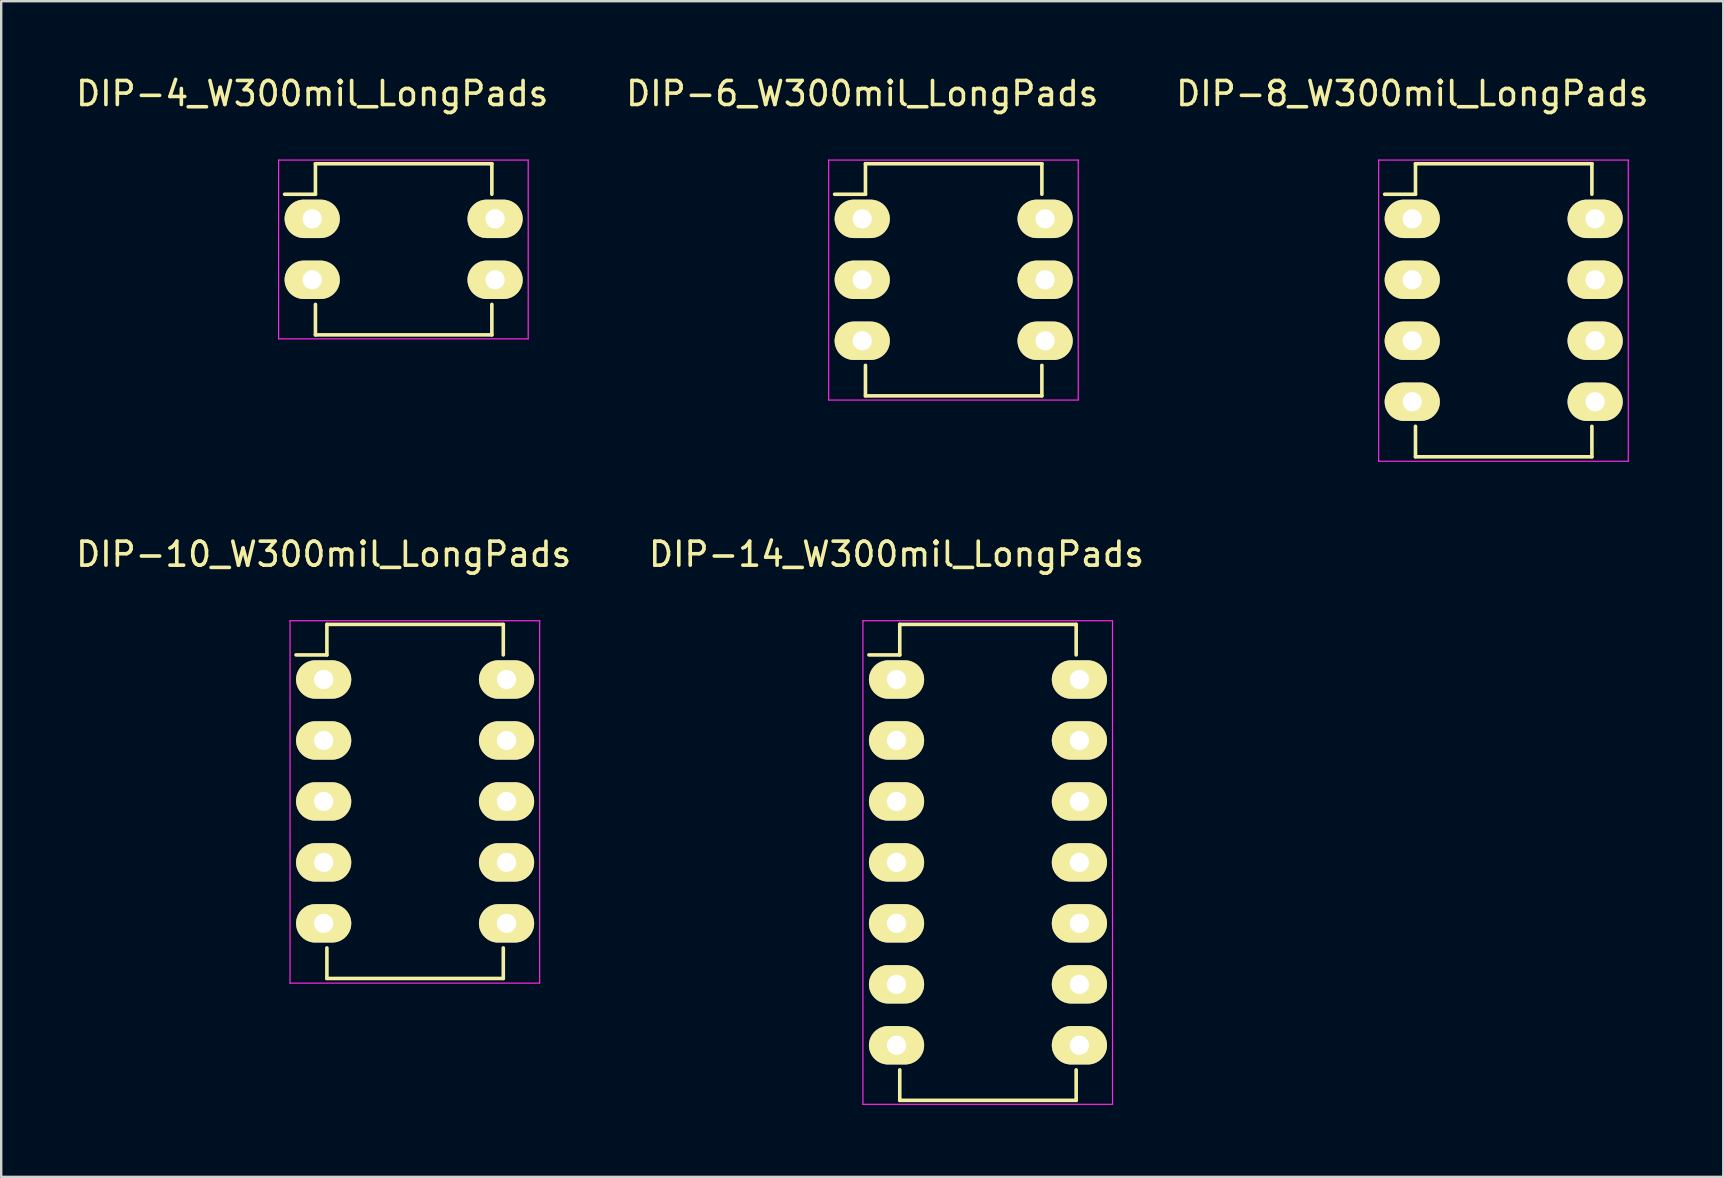
<source format=kicad_pcb>
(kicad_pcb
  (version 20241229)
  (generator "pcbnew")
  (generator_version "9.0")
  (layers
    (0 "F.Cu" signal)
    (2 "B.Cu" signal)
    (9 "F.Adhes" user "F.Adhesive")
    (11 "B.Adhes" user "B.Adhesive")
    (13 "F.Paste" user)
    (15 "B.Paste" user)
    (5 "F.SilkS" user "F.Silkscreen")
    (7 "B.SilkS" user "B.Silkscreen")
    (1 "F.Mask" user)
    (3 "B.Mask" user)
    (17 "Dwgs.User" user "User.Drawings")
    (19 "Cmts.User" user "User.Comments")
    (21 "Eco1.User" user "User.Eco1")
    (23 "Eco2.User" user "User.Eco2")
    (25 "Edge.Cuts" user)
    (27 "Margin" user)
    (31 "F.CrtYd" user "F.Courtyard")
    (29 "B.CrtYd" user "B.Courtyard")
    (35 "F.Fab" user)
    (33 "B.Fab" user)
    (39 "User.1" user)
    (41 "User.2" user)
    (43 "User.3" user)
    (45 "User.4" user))
  (footprint "DIP-14_W300mil_LongPads"
    (layer "F.Cu")
    (at 34.304 25.262)
    (property "Reference" "DIP-14_W300mil_LongPads" (at 0 -5.22 0) (layer "F.SilkS") (effects (font (size 1 1) (thickness 0.15))))
    (attr through_hole)
    (fp_line (start 0.135 -2.295) (end 0.135 -1.025) (stroke (width 0.15) (type solid)) (layer "F.SilkS"))
    (fp_line (start 0.135 -2.295) (end 7.485 -2.295) (stroke (width 0.15) (type solid)) (layer "F.SilkS"))
    (fp_line (start 0.135 -1.025) (end -1.15 -1.025) (stroke (width 0.15) (type solid)) (layer "F.SilkS"))
    (fp_line (start 0.135 17.535) (end 0.135 16.265) (stroke (width 0.15) (type solid)) (layer "F.SilkS"))
    (fp_line (start 0.135 17.535) (end 7.485 17.535) (stroke (width 0.15) (type solid)) (layer "F.SilkS"))
    (fp_line (start 7.485 -2.295) (end 7.485 -1.025) (stroke (width 0.15) (type solid)) (layer "F.SilkS"))
    (fp_line (start 7.485 17.535) (end 7.485 16.265) (stroke (width 0.15) (type solid)) (layer "F.SilkS"))
    (fp_line (start -1.4 -2.45) (end -1.4 17.7) (stroke (width 0.05) (type solid)) (layer "F.CrtYd"))
    (fp_line (start -1.4 -2.45) (end 9 -2.45) (stroke (width 0.05) (type solid)) (layer "F.CrtYd"))
    (fp_line (start -1.4 17.7) (end 9 17.7) (stroke (width 0.05) (type solid)) (layer "F.CrtYd"))
    (fp_line (start 9 -2.45) (end 9 17.7) (stroke (width 0.05) (type solid)) (layer "F.CrtYd"))
    (pad "1" thru_hole oval (at 0 0) (size 2.3 1.6) (drill 0.8) (layers "*.Cu" "*.Mask" "F.SilkS"))
    (pad "2" thru_hole oval (at 0 2.54) (size 2.3 1.6) (drill 0.8) (layers "*.Cu" "*.Mask" "F.SilkS"))
    (pad "3" thru_hole oval (at 0 5.08) (size 2.3 1.6) (drill 0.8) (layers "*.Cu" "*.Mask" "F.SilkS"))
    (pad "4" thru_hole oval (at 0 7.62) (size 2.3 1.6) (drill 0.8) (layers "*.Cu" "*.Mask" "F.SilkS"))
    (pad "5" thru_hole oval (at 0 10.16) (size 2.3 1.6) (drill 0.8) (layers "*.Cu" "*.Mask" "F.SilkS"))
    (pad "6" thru_hole oval (at 0 12.7) (size 2.3 1.6) (drill 0.8) (layers "*.Cu" "*.Mask" "F.SilkS"))
    (pad "7" thru_hole oval (at 0 15.24) (size 2.3 1.6) (drill 0.8) (layers "*.Cu" "*.Mask" "F.SilkS"))
    (pad "8" thru_hole oval (at 7.62 15.24) (size 2.3 1.6) (drill 0.8) (layers "*.Cu" "*.Mask" "F.SilkS"))
    (pad "9" thru_hole oval (at 7.62 12.7) (size 2.3 1.6) (drill 0.8) (layers "*.Cu" "*.Mask" "F.SilkS"))
    (pad "10" thru_hole oval (at 7.62 10.16) (size 2.3 1.6) (drill 0.8) (layers "*.Cu" "*.Mask" "F.SilkS"))
    (pad "11" thru_hole oval (at 7.62 7.62) (size 2.3 1.6) (drill 0.8) (layers "*.Cu" "*.Mask" "F.SilkS"))
    (pad "12" thru_hole oval (at 7.62 5.08) (size 2.3 1.6) (drill 0.8) (layers "*.Cu" "*.Mask" "F.SilkS"))
    (pad "13" thru_hole oval (at 7.62 2.54) (size 2.3 1.6) (drill 0.8) (layers "*.Cu" "*.Mask" "F.SilkS"))
    (pad "14" thru_hole oval (at 7.62 0) (size 2.3 1.6) (drill 0.8) (layers "*.Cu" "*.Mask" "F.SilkS")))
  (footprint "DIP-6_W300mil_LongPads"
    (layer "F.Cu")
    (at 32.875 6.068)
    (property "Reference" "DIP-6_W300mil_LongPads" (at 0 -5.22 0) (layer "F.SilkS") (effects (font (size 1 1) (thickness 0.15))))
    (attr through_hole)
    (fp_line (start 0.135 -2.295) (end 0.135 -1.025) (stroke (width 0.15) (type solid)) (layer "F.SilkS"))
    (fp_line (start 0.135 -2.295) (end 7.485 -2.295) (stroke (width 0.15) (type solid)) (layer "F.SilkS"))
    (fp_line (start 0.135 -1.025) (end -1.15 -1.025) (stroke (width 0.15) (type solid)) (layer "F.SilkS"))
    (fp_line (start 0.135 7.375) (end 0.135 6.105) (stroke (width 0.15) (type solid)) (layer "F.SilkS"))
    (fp_line (start 0.135 7.375) (end 7.485 7.375) (stroke (width 0.15) (type solid)) (layer "F.SilkS"))
    (fp_line (start 7.485 -2.295) (end 7.485 -1.025) (stroke (width 0.15) (type solid)) (layer "F.SilkS"))
    (fp_line (start 7.485 7.375) (end 7.485 6.105) (stroke (width 0.15) (type solid)) (layer "F.SilkS"))
    (fp_line (start -1.4 -2.45) (end -1.4 7.55) (stroke (width 0.05) (type solid)) (layer "F.CrtYd"))
    (fp_line (start -1.4 -2.45) (end 9 -2.45) (stroke (width 0.05) (type solid)) (layer "F.CrtYd"))
    (fp_line (start -1.4 7.55) (end 9 7.55) (stroke (width 0.05) (type solid)) (layer "F.CrtYd"))
    (fp_line (start 9 -2.45) (end 9 7.55) (stroke (width 0.05) (type solid)) (layer "F.CrtYd"))
    (pad "1" thru_hole oval (at 0 0) (size 2.3 1.6) (drill 0.8) (layers "*.Cu" "*.Mask" "F.SilkS"))
    (pad "2" thru_hole oval (at 0 2.54) (size 2.3 1.6) (drill 0.8) (layers "*.Cu" "*.Mask" "F.SilkS"))
    (pad "3" thru_hole oval (at 0 5.08) (size 2.3 1.6) (drill 0.8) (layers "*.Cu" "*.Mask" "F.SilkS"))
    (pad "4" thru_hole oval (at 7.62 5.08) (size 2.3 1.6) (drill 0.8) (layers "*.Cu" "*.Mask" "F.SilkS"))
    (pad "5" thru_hole oval (at 7.62 2.54) (size 2.3 1.6) (drill 0.8) (layers "*.Cu" "*.Mask" "F.SilkS"))
    (pad "6" thru_hole oval (at 7.62 0) (size 2.3 1.6) (drill 0.8) (layers "*.Cu" "*.Mask" "F.SilkS")))
  (footprint "DIP-10_W300mil_LongPads"
    (layer "F.Cu")
    (at 10.435 25.262)
    (property "Reference" "DIP-10_W300mil_LongPads" (at 0 -5.22 0) (layer "F.SilkS") (effects (font (size 1 1) (thickness 0.15))))
    (attr through_hole)
    (fp_line (start 0.135 -2.295) (end 0.135 -1.025) (stroke (width 0.15) (type solid)) (layer "F.SilkS"))
    (fp_line (start 0.135 -2.295) (end 7.485 -2.295) (stroke (width 0.15) (type solid)) (layer "F.SilkS"))
    (fp_line (start 0.135 -1.025) (end -1.15 -1.025) (stroke (width 0.15) (type solid)) (layer "F.SilkS"))
    (fp_line (start 0.135 12.455) (end 0.135 11.185) (stroke (width 0.15) (type solid)) (layer "F.SilkS"))
    (fp_line (start 0.135 12.455) (end 7.485 12.455) (stroke (width 0.15) (type solid)) (layer "F.SilkS"))
    (fp_line (start 7.485 -2.295) (end 7.485 -1.025) (stroke (width 0.15) (type solid)) (layer "F.SilkS"))
    (fp_line (start 7.485 12.455) (end 7.485 11.185) (stroke (width 0.15) (type solid)) (layer "F.SilkS"))
    (fp_line (start -1.4 -2.45) (end -1.4 12.65) (stroke (width 0.05) (type solid)) (layer "F.CrtYd"))
    (fp_line (start -1.4 -2.45) (end 9 -2.45) (stroke (width 0.05) (type solid)) (layer "F.CrtYd"))
    (fp_line (start -1.4 12.65) (end 9 12.65) (stroke (width 0.05) (type solid)) (layer "F.CrtYd"))
    (fp_line (start 9 -2.45) (end 9 12.65) (stroke (width 0.05) (type solid)) (layer "F.CrtYd"))
    (pad "1" thru_hole oval (at 0 0) (size 2.3 1.6) (drill 0.8) (layers "*.Cu" "*.Mask" "F.SilkS"))
    (pad "2" thru_hole oval (at 0 2.54) (size 2.3 1.6) (drill 0.8) (layers "*.Cu" "*.Mask" "F.SilkS"))
    (pad "3" thru_hole oval (at 0 5.08) (size 2.3 1.6) (drill 0.8) (layers "*.Cu" "*.Mask" "F.SilkS"))
    (pad "4" thru_hole oval (at 0 7.62) (size 2.3 1.6) (drill 0.8) (layers "*.Cu" "*.Mask" "F.SilkS"))
    (pad "5" thru_hole oval (at 0 10.16) (size 2.3 1.6) (drill 0.8) (layers "*.Cu" "*.Mask" "F.SilkS"))
    (pad "6" thru_hole oval (at 7.62 10.16) (size 2.3 1.6) (drill 0.8) (layers "*.Cu" "*.Mask" "F.SilkS"))
    (pad "7" thru_hole oval (at 7.62 7.62) (size 2.3 1.6) (drill 0.8) (layers "*.Cu" "*.Mask" "F.SilkS"))
    (pad "8" thru_hole oval (at 7.62 5.08) (size 2.3 1.6) (drill 0.8) (layers "*.Cu" "*.Mask" "F.SilkS"))
    (pad "9" thru_hole oval (at 7.62 2.54) (size 2.3 1.6) (drill 0.8) (layers "*.Cu" "*.Mask" "F.SilkS"))
    (pad "10" thru_hole oval (at 7.62 0) (size 2.3 1.6) (drill 0.8) (layers "*.Cu" "*.Mask" "F.SilkS")))
  (footprint "DIP-4_W300mil_LongPads"
    (layer "F.Cu")
    (at 9.958 6.068)
    (property "Reference" "DIP-4_W300mil_LongPads" (at 0 -5.22 0) (layer "F.SilkS") (effects (font (size 1 1) (thickness 0.15))))
    (attr through_hole)
    (fp_line (start 0.135 -2.295) (end 0.135 -1.025) (stroke (width 0.15) (type solid)) (layer "F.SilkS"))
    (fp_line (start 0.135 -2.295) (end 7.485 -2.295) (stroke (width 0.15) (type solid)) (layer "F.SilkS"))
    (fp_line (start 0.135 -1.025) (end -1.15 -1.025) (stroke (width 0.15) (type solid)) (layer "F.SilkS"))
    (fp_line (start 0.135 4.835) (end 0.135 3.565) (stroke (width 0.15) (type solid)) (layer "F.SilkS"))
    (fp_line (start 0.135 4.835) (end 7.485 4.835) (stroke (width 0.15) (type solid)) (layer "F.SilkS"))
    (fp_line (start 7.485 -2.295) (end 7.485 -1.025) (stroke (width 0.15) (type solid)) (layer "F.SilkS"))
    (fp_line (start 7.485 4.835) (end 7.485 3.565) (stroke (width 0.15) (type solid)) (layer "F.SilkS"))
    (fp_line (start -1.4 -2.45) (end -1.4 5) (stroke (width 0.05) (type solid)) (layer "F.CrtYd"))
    (fp_line (start -1.4 -2.45) (end 9 -2.45) (stroke (width 0.05) (type solid)) (layer "F.CrtYd"))
    (fp_line (start -1.4 5) (end 9 5) (stroke (width 0.05) (type solid)) (layer "F.CrtYd"))
    (fp_line (start 9 -2.45) (end 9 5) (stroke (width 0.05) (type solid)) (layer "F.CrtYd"))
    (pad "1" thru_hole oval (at 0 0) (size 2.3 1.6) (drill 0.8) (layers "*.Cu" "*.Mask" "F.SilkS"))
    (pad "2" thru_hole oval (at 0 2.54) (size 2.3 1.6) (drill 0.8) (layers "*.Cu" "*.Mask" "F.SilkS"))
    (pad "3" thru_hole oval (at 7.62 2.54) (size 2.3 1.6) (drill 0.8) (layers "*.Cu" "*.Mask" "F.SilkS"))
    (pad "4" thru_hole oval (at 7.62 0) (size 2.3 1.6) (drill 0.8) (layers "*.Cu" "*.Mask" "F.SilkS")))
  (footprint "DIP-8_W300mil_LongPads"
    (layer "F.Cu")
    (at 55.792 6.068)
    (property "Reference" "DIP-8_W300mil_LongPads" (at 0 -5.22 0) (layer "F.SilkS") (effects (font (size 1 1) (thickness 0.15))))
    (attr through_hole)
    (fp_line (start 0.135 -2.295) (end 0.135 -1.025) (stroke (width 0.15) (type solid)) (layer "F.SilkS"))
    (fp_line (start 0.135 -2.295) (end 7.485 -2.295) (stroke (width 0.15) (type solid)) (layer "F.SilkS"))
    (fp_line (start 0.135 -1.025) (end -1.15 -1.025) (stroke (width 0.15) (type solid)) (layer "F.SilkS"))
    (fp_line (start 0.135 9.915) (end 0.135 8.645) (stroke (width 0.15) (type solid)) (layer "F.SilkS"))
    (fp_line (start 0.135 9.915) (end 7.485 9.915) (stroke (width 0.15) (type solid)) (layer "F.SilkS"))
    (fp_line (start 7.485 -2.295) (end 7.485 -1.025) (stroke (width 0.15) (type solid)) (layer "F.SilkS"))
    (fp_line (start 7.485 9.915) (end 7.485 8.645) (stroke (width 0.15) (type solid)) (layer "F.SilkS"))
    (fp_line (start -1.4 -2.45) (end -1.4 10.1) (stroke (width 0.05) (type solid)) (layer "F.CrtYd"))
    (fp_line (start -1.4 -2.45) (end 9 -2.45) (stroke (width 0.05) (type solid)) (layer "F.CrtYd"))
    (fp_line (start -1.4 10.1) (end 9 10.1) (stroke (width 0.05) (type solid)) (layer "F.CrtYd"))
    (fp_line (start 9 -2.45) (end 9 10.1) (stroke (width 0.05) (type solid)) (layer "F.CrtYd"))
    (pad "1" thru_hole oval (at 0 0) (size 2.3 1.6) (drill 0.8) (layers "*.Cu" "*.Mask" "F.SilkS"))
    (pad "2" thru_hole oval (at 0 2.54) (size 2.3 1.6) (drill 0.8) (layers "*.Cu" "*.Mask" "F.SilkS"))
    (pad "3" thru_hole oval (at 0 5.08) (size 2.3 1.6) (drill 0.8) (layers "*.Cu" "*.Mask" "F.SilkS"))
    (pad "4" thru_hole oval (at 0 7.62) (size 2.3 1.6) (drill 0.8) (layers "*.Cu" "*.Mask" "F.SilkS"))
    (pad "5" thru_hole oval (at 7.62 7.62) (size 2.3 1.6) (drill 0.8) (layers "*.Cu" "*.Mask" "F.SilkS"))
    (pad "6" thru_hole oval (at 7.62 5.08) (size 2.3 1.6) (drill 0.8) (layers "*.Cu" "*.Mask" "F.SilkS"))
    (pad "7" thru_hole oval (at 7.62 2.54) (size 2.3 1.6) (drill 0.8) (layers "*.Cu" "*.Mask" "F.SilkS"))
    (pad "8" thru_hole oval (at 7.62 0) (size 2.3 1.6) (drill 0.8) (layers "*.Cu" "*.Mask" "F.SilkS")))
  (gr_rect
    (start -3 -3)
    (end 68.75 45.986)
    (stroke (width 0.1) (type default))
    (fill no)
    (layer "Edge.Cuts")))
</source>
